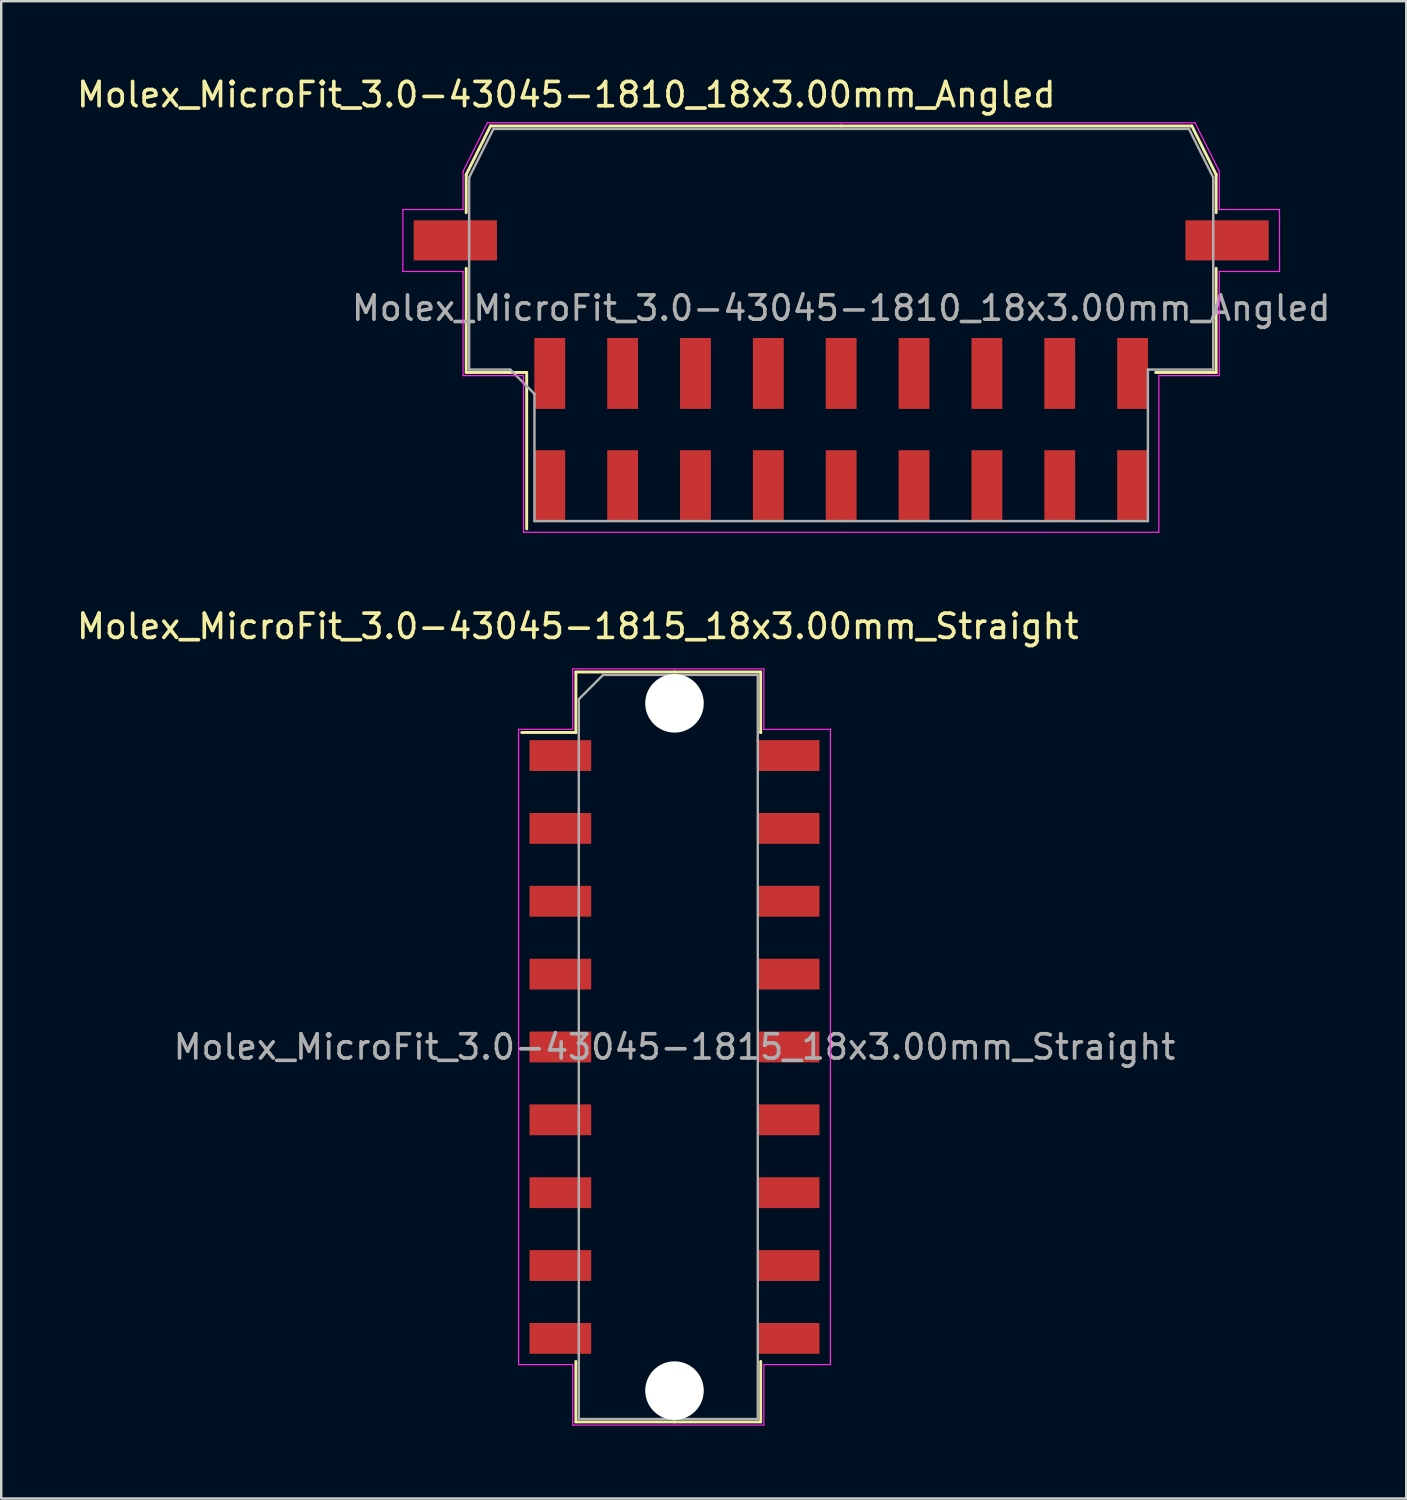
<source format=kicad_pcb>
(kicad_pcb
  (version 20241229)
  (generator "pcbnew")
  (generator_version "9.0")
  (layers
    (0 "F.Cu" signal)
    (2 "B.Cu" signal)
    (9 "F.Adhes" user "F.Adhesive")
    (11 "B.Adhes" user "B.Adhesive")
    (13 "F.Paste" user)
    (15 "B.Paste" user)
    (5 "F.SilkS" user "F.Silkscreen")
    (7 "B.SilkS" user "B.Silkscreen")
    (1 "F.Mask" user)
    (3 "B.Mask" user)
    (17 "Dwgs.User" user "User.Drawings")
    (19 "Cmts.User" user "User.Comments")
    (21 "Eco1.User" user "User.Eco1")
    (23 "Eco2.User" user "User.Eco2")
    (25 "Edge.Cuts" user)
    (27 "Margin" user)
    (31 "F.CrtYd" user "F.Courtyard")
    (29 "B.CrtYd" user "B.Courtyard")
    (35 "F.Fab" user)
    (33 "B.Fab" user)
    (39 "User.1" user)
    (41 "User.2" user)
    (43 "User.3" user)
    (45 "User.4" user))
  (footprint "Molex_MicroFit_3.0-43045-1815_18x3.00mm_Straight"
    (layer "F.Cu")
    (at 24.724 40.062)
    (property "Reference" "Molex_MicroFit_3.0-43045-1815_18x3.00mm_Straight" (at -3.98 -17.32 0) (layer "F.SilkS") (effects (font (size 1 1) (thickness 0.15))))
    (attr smd)
    (fp_line (start -6.29 -12.95) (end -4.06 -12.95) (stroke (width 0.12) (type solid)) (layer "F.SilkS"))
    (fp_line (start -4.06 -15.44) (end 0 -15.44) (stroke (width 0.12) (type solid)) (layer "F.SilkS"))
    (fp_line (start -4.06 -12.95) (end -4.06 -15.44) (stroke (width 0.12) (type solid)) (layer "F.SilkS"))
    (fp_line (start -4.06 15.44) (end -4.06 12.95) (stroke (width 0.12) (type solid)) (layer "F.SilkS"))
    (fp_line (start 0 -15.44) (end 3.55 -15.44) (stroke (width 0.12) (type solid)) (layer "F.SilkS"))
    (fp_line (start 0 15.44) (end -4.06 15.44) (stroke (width 0.12) (type solid)) (layer "F.SilkS"))
    (fp_line (start 3.55 -15.44) (end 3.55 -12.95) (stroke (width 0.12) (type solid)) (layer "F.SilkS"))
    (fp_line (start 3.55 -12.95) (end 3.55 -12.95) (stroke (width 0.12) (type solid)) (layer "F.SilkS"))
    (fp_line (start 3.55 12.95) (end 3.55 15.44) (stroke (width 0.12) (type solid)) (layer "F.SilkS"))
    (fp_line (start 3.55 15.44) (end 0 15.44) (stroke (width 0.12) (type solid)) (layer "F.SilkS"))
    (fp_line (start -6.42 -13.08) (end -4.19 -13.08) (stroke (width 0.05) (type solid)) (layer "F.CrtYd"))
    (fp_line (start -6.42 13.08) (end -6.42 -13.08) (stroke (width 0.05) (type solid)) (layer "F.CrtYd"))
    (fp_line (start -4.19 -15.57) (end 0 -15.57) (stroke (width 0.05) (type solid)) (layer "F.CrtYd"))
    (fp_line (start -4.19 -13.08) (end -4.19 -15.57) (stroke (width 0.05) (type solid)) (layer "F.CrtYd"))
    (fp_line (start -4.19 13.08) (end -6.42 13.08) (stroke (width 0.05) (type solid)) (layer "F.CrtYd"))
    (fp_line (start -4.19 15.57) (end -4.19 13.08) (stroke (width 0.05) (type solid)) (layer "F.CrtYd"))
    (fp_line (start 0 -15.57) (end 3.68 -15.57) (stroke (width 0.05) (type solid)) (layer "F.CrtYd"))
    (fp_line (start 0 15.57) (end -4.19 15.57) (stroke (width 0.05) (type solid)) (layer "F.CrtYd"))
    (fp_line (start 3.68 -15.57) (end 3.68 -13.08) (stroke (width 0.05) (type solid)) (layer "F.CrtYd"))
    (fp_line (start 3.68 -13.08) (end 3.68 -13.08) (stroke (width 0.05) (type solid)) (layer "F.CrtYd"))
    (fp_line (start 3.68 -13.08) (end 6.42 -13.08) (stroke (width 0.05) (type solid)) (layer "F.CrtYd"))
    (fp_line (start 3.68 13.08) (end 3.68 15.57) (stroke (width 0.05) (type solid)) (layer "F.CrtYd"))
    (fp_line (start 3.68 15.57) (end 0 15.57) (stroke (width 0.05) (type solid)) (layer "F.CrtYd"))
    (fp_line (start 6.42 -13.08) (end 6.42 13.08) (stroke (width 0.05) (type solid)) (layer "F.CrtYd"))
    (fp_line (start 6.42 13.08) (end 3.68 13.08) (stroke (width 0.05) (type solid)) (layer "F.CrtYd"))
    (fp_line (start -3.94 -14.32) (end -2.94 -15.32) (stroke (width 0.1) (type solid)) (layer "F.Fab"))
    (fp_line (start -3.94 12.63) (end -3.94 -14.32) (stroke (width 0.1) (type solid)) (layer "F.Fab"))
    (fp_line (start -3.94 15.32) (end -3.94 12.63) (stroke (width 0.1) (type solid)) (layer "F.Fab"))
    (fp_line (start -2.94 -15.32) (end 0 -15.32) (stroke (width 0.1) (type solid)) (layer "F.Fab"))
    (fp_line (start 0 -15.32) (end 3.43 -15.32) (stroke (width 0.1) (type solid)) (layer "F.Fab"))
    (fp_line (start 0 15.32) (end -3.94 15.32) (stroke (width 0.1) (type solid)) (layer "F.Fab"))
    (fp_line (start 3.43 -15.32) (end 3.43 -12.63) (stroke (width 0.1) (type solid)) (layer "F.Fab"))
    (fp_line (start 3.43 -12.63) (end 3.43 -12.63) (stroke (width 0.1) (type solid)) (layer "F.Fab"))
    (fp_line (start 3.43 -12.63) (end 3.43 15.32) (stroke (width 0.1) (type solid)) (layer "F.Fab"))
    (fp_line (start 3.43 15.32) (end 0 15.32) (stroke (width 0.1) (type solid)) (layer "F.Fab"))
    (fp_text user "${REFERENCE}" (at 0 0 0) (layer "F.Fab") (effects (font (size 1 1) (thickness 0.15))))
    (pad "" np_thru_hole circle (at 0 -14.15) (size 2.41 2.41) (drill 2.41) (layers "*.Cu"))
    (pad "" np_thru_hole circle (at 0 14.15) (size 2.41 2.41) (drill 2.41) (layers "*.Cu"))
    (pad "1" smd rect (at -4.7 -12) (size 2.54 1.27) (layers "F.Cu" "F.Mask" "F.Paste"))
    (pad "2" smd rect (at -4.7 -9) (size 2.54 1.27) (layers "F.Cu" "F.Mask" "F.Paste"))
    (pad "3" smd rect (at -4.7 -6) (size 2.54 1.27) (layers "F.Cu" "F.Mask" "F.Paste"))
    (pad "4" smd rect (at -4.7 -3) (size 2.54 1.27) (layers "F.Cu" "F.Mask" "F.Paste"))
    (pad "5" smd rect (at -4.7 0) (size 2.54 1.27) (layers "F.Cu" "F.Mask" "F.Paste"))
    (pad "6" smd rect (at -4.7 3) (size 2.54 1.27) (layers "F.Cu" "F.Mask" "F.Paste"))
    (pad "7" smd rect (at -4.7 6) (size 2.54 1.27) (layers "F.Cu" "F.Mask" "F.Paste"))
    (pad "8" smd rect (at -4.7 9) (size 2.54 1.27) (layers "F.Cu" "F.Mask" "F.Paste"))
    (pad "9" smd rect (at -4.7 12) (size 2.54 1.27) (layers "F.Cu" "F.Mask" "F.Paste"))
    (pad "10" smd rect (at 4.7 12) (size 2.54 1.27) (layers "F.Cu" "F.Mask" "F.Paste"))
    (pad "11" smd rect (at 4.7 9) (size 2.54 1.27) (layers "F.Cu" "F.Mask" "F.Paste"))
    (pad "12" smd rect (at 4.7 6) (size 2.54 1.27) (layers "F.Cu" "F.Mask" "F.Paste"))
    (pad "13" smd rect (at 4.7 3) (size 2.54 1.27) (layers "F.Cu" "F.Mask" "F.Paste"))
    (pad "14" smd rect (at 4.7 0) (size 2.54 1.27) (layers "F.Cu" "F.Mask" "F.Paste"))
    (pad "15" smd rect (at 4.7 -3) (size 2.54 1.27) (layers "F.Cu" "F.Mask" "F.Paste"))
    (pad "16" smd rect (at 4.7 -6) (size 2.54 1.27) (layers "F.Cu" "F.Mask" "F.Paste"))
    (pad "17" smd rect (at 4.7 -9) (size 2.54 1.27) (layers "F.Cu" "F.Mask" "F.Paste"))
    (pad "18" smd rect (at 4.7 -12) (size 2.54 1.27) (layers "F.Cu" "F.Mask" "F.Paste")))
  (footprint "Molex_MicroFit_3.0-43045-1810_18x3.00mm_Angled"
    (layer "F.Cu")
    (at 31.588 14.638)
    (property "Reference" "Molex_MicroFit_3.0-43045-1810_18x3.00mm_Angled" (at -11.32 -13.79 0) (layer "F.SilkS") (effects (font (size 1 1) (thickness 0.15))))
    (attr smd)
    (fp_line (start -15.44 -10.5) (end -15.44 -8.93) (stroke (width 0.12) (type solid)) (layer "F.SilkS"))
    (fp_line (start -15.44 -6.64) (end -15.44 -2.35) (stroke (width 0.12) (type solid)) (layer "F.SilkS"))
    (fp_line (start -15.44 -2.35) (end -12.95 -2.35) (stroke (width 0.12) (type solid)) (layer "F.SilkS"))
    (fp_line (start -14.44 -12.5) (end -15.44 -10.5) (stroke (width 0.12) (type solid)) (layer "F.SilkS"))
    (fp_line (start -12.95 -2.35) (end -12.95 4.09) (stroke (width 0.12) (type solid)) (layer "F.SilkS"))
    (fp_line (start 0 -12.5) (end -14.44 -12.5) (stroke (width 0.12) (type solid)) (layer "F.SilkS"))
    (fp_line (start 0 -12.5) (end 14.44 -12.5) (stroke (width 0.12) (type solid)) (layer "F.SilkS"))
    (fp_line (start 14.44 -12.5) (end 15.44 -10.5) (stroke (width 0.12) (type solid)) (layer "F.SilkS"))
    (fp_line (start 15.44 -10.5) (end 15.44 -8.93) (stroke (width 0.12) (type solid)) (layer "F.SilkS"))
    (fp_line (start 15.44 -6.64) (end 15.44 -2.35) (stroke (width 0.12) (type solid)) (layer "F.SilkS"))
    (fp_line (start 15.44 -2.35) (end 12.95 -2.35) (stroke (width 0.12) (type solid)) (layer "F.SilkS"))
    (fp_line (start -18.05 -9.06) (end -18.05 -6.51) (stroke (width 0.05) (type solid)) (layer "F.CrtYd"))
    (fp_line (start -18.05 -6.51) (end -15.57 -6.51) (stroke (width 0.05) (type solid)) (layer "F.CrtYd"))
    (fp_line (start -15.57 -10.63) (end -15.57 -9.06) (stroke (width 0.05) (type solid)) (layer "F.CrtYd"))
    (fp_line (start -15.57 -9.06) (end -18.05 -9.06) (stroke (width 0.05) (type solid)) (layer "F.CrtYd"))
    (fp_line (start -15.57 -6.51) (end -15.57 -2.22) (stroke (width 0.05) (type solid)) (layer "F.CrtYd"))
    (fp_line (start -15.57 -2.22) (end -13.08 -2.22) (stroke (width 0.05) (type solid)) (layer "F.CrtYd"))
    (fp_line (start -14.57 -12.63) (end -15.57 -10.63) (stroke (width 0.05) (type solid)) (layer "F.CrtYd"))
    (fp_line (start -13.08 -2.22) (end -13.08 4.23) (stroke (width 0.05) (type solid)) (layer "F.CrtYd"))
    (fp_line (start -13.08 4.23) (end 0 4.23) (stroke (width 0.05) (type solid)) (layer "F.CrtYd"))
    (fp_line (start 0 -12.63) (end -14.57 -12.63) (stroke (width 0.05) (type solid)) (layer "F.CrtYd"))
    (fp_line (start 0 -12.63) (end 14.57 -12.63) (stroke (width 0.05) (type solid)) (layer "F.CrtYd"))
    (fp_line (start 13.08 -2.22) (end 13.08 4.23) (stroke (width 0.05) (type solid)) (layer "F.CrtYd"))
    (fp_line (start 13.08 4.23) (end 0 4.23) (stroke (width 0.05) (type solid)) (layer "F.CrtYd"))
    (fp_line (start 14.57 -12.63) (end 15.57 -10.63) (stroke (width 0.05) (type solid)) (layer "F.CrtYd"))
    (fp_line (start 15.57 -10.63) (end 15.57 -9.06) (stroke (width 0.05) (type solid)) (layer "F.CrtYd"))
    (fp_line (start 15.57 -9.06) (end 18.05 -9.06) (stroke (width 0.05) (type solid)) (layer "F.CrtYd"))
    (fp_line (start 15.57 -6.51) (end 15.57 -2.22) (stroke (width 0.05) (type solid)) (layer "F.CrtYd"))
    (fp_line (start 15.57 -2.22) (end 13.08 -2.22) (stroke (width 0.05) (type solid)) (layer "F.CrtYd"))
    (fp_line (start 18.05 -9.06) (end 18.05 -6.51) (stroke (width 0.05) (type solid)) (layer "F.CrtYd"))
    (fp_line (start 18.05 -6.51) (end 15.57 -6.51) (stroke (width 0.05) (type solid)) (layer "F.CrtYd"))
    (fp_line (start -15.32 -10.38) (end -15.32 -8.61) (stroke (width 0.1) (type solid)) (layer "F.Fab"))
    (fp_line (start -15.32 -8.61) (end -15.32 -2.47) (stroke (width 0.1) (type solid)) (layer "F.Fab"))
    (fp_line (start -15.32 -2.47) (end -13.63 -2.47) (stroke (width 0.1) (type solid)) (layer "F.Fab"))
    (fp_line (start -14.32 -12.38) (end -15.32 -10.38) (stroke (width 0.1) (type solid)) (layer "F.Fab"))
    (fp_line (start -13.63 -2.47) (end -12.63 -1.47) (stroke (width 0.1) (type solid)) (layer "F.Fab"))
    (fp_line (start -12.63 -1.47) (end -12.63 3.77) (stroke (width 0.1) (type solid)) (layer "F.Fab"))
    (fp_line (start -12.63 3.77) (end 0 3.77) (stroke (width 0.1) (type solid)) (layer "F.Fab"))
    (fp_line (start 0 -12.38) (end -14.32 -12.38) (stroke (width 0.1) (type solid)) (layer "F.Fab"))
    (fp_line (start 0 -12.38) (end 14.32 -12.38) (stroke (width 0.1) (type solid)) (layer "F.Fab"))
    (fp_line (start 12.63 -2.47) (end 12.63 3.77) (stroke (width 0.1) (type solid)) (layer "F.Fab"))
    (fp_line (start 12.63 3.77) (end 0 3.77) (stroke (width 0.1) (type solid)) (layer "F.Fab"))
    (fp_line (start 14.32 -12.38) (end 15.32 -10.38) (stroke (width 0.1) (type solid)) (layer "F.Fab"))
    (fp_line (start 15.32 -10.38) (end 15.32 -8.61) (stroke (width 0.1) (type solid)) (layer "F.Fab"))
    (fp_line (start 15.32 -8.61) (end 15.32 -2.47) (stroke (width 0.1) (type solid)) (layer "F.Fab"))
    (fp_line (start 15.32 -2.47) (end 12.63 -2.47) (stroke (width 0.1) (type solid)) (layer "F.Fab"))
    (fp_text user "${REFERENCE}" (at 0 -5 0) (layer "F.Fab") (effects (font (size 1 1) (thickness 0.15))))
    (pad "" smd rect (at -15.89 -7.79) (size 3.43 1.65) (layers "F.Cu" "F.Mask" "F.Paste"))
    (pad "" smd rect (at 15.89 -7.79) (size 3.43 1.65) (layers "F.Cu" "F.Mask" "F.Paste"))
    (pad "1" smd rect (at -12 -2.31) (size 1.27 2.92) (layers "F.Cu" "F.Mask" "F.Paste"))
    (pad "2" smd rect (at -9 -2.31) (size 1.27 2.92) (layers "F.Cu" "F.Mask" "F.Paste"))
    (pad "3" smd rect (at -6 -2.31) (size 1.27 2.92) (layers "F.Cu" "F.Mask" "F.Paste"))
    (pad "4" smd rect (at -3 -2.31) (size 1.27 2.92) (layers "F.Cu" "F.Mask" "F.Paste"))
    (pad "5" smd rect (at 0 -2.31) (size 1.27 2.92) (layers "F.Cu" "F.Mask" "F.Paste"))
    (pad "6" smd rect (at 3 -2.31) (size 1.27 2.92) (layers "F.Cu" "F.Mask" "F.Paste"))
    (pad "7" smd rect (at 6 -2.31) (size 1.27 2.92) (layers "F.Cu" "F.Mask" "F.Paste"))
    (pad "8" smd rect (at 9 -2.31) (size 1.27 2.92) (layers "F.Cu" "F.Mask" "F.Paste"))
    (pad "9" smd rect (at 12 -2.31) (size 1.27 2.92) (layers "F.Cu" "F.Mask" "F.Paste"))
    (pad "10" smd rect (at 12 2.31) (size 1.27 2.92) (layers "F.Cu" "F.Mask" "F.Paste"))
    (pad "11" smd rect (at 9 2.31) (size 1.27 2.92) (layers "F.Cu" "F.Mask" "F.Paste"))
    (pad "12" smd rect (at 6 2.31) (size 1.27 2.92) (layers "F.Cu" "F.Mask" "F.Paste"))
    (pad "13" smd rect (at 3 2.31) (size 1.27 2.92) (layers "F.Cu" "F.Mask" "F.Paste"))
    (pad "14" smd rect (at 0 2.31) (size 1.27 2.92) (layers "F.Cu" "F.Mask" "F.Paste"))
    (pad "15" smd rect (at -3 2.31) (size 1.27 2.92) (layers "F.Cu" "F.Mask" "F.Paste"))
    (pad "16" smd rect (at -6 2.31) (size 1.27 2.92) (layers "F.Cu" "F.Mask" "F.Paste"))
    (pad "17" smd rect (at -9 2.31) (size 1.27 2.92) (layers "F.Cu" "F.Mask" "F.Paste"))
    (pad "18" smd rect (at -12 2.31) (size 1.27 2.92) (layers "F.Cu" "F.Mask" "F.Paste")))
  (gr_rect
    (start -3 -3)
    (end 54.856 58.657)
    (stroke (width 0.1) (type default))
    (fill no)
    (layer "Edge.Cuts")))
</source>
